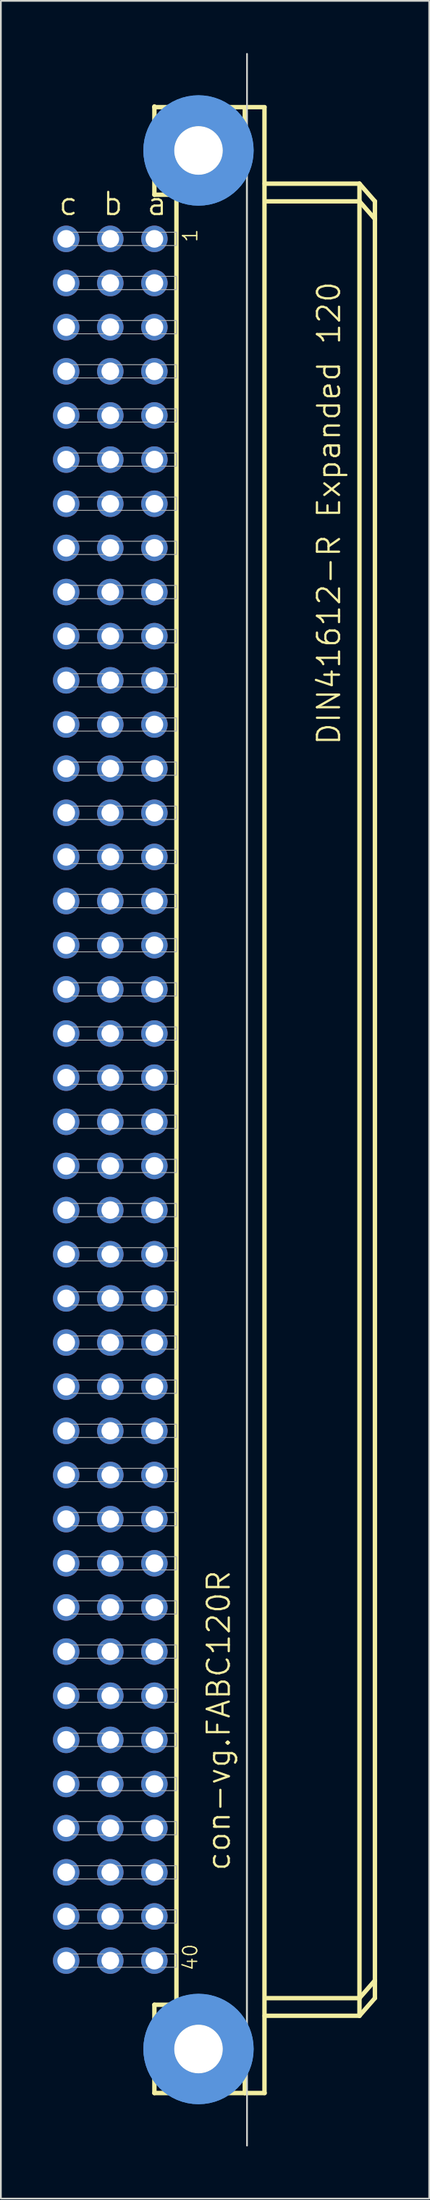
<source format=kicad_pcb>
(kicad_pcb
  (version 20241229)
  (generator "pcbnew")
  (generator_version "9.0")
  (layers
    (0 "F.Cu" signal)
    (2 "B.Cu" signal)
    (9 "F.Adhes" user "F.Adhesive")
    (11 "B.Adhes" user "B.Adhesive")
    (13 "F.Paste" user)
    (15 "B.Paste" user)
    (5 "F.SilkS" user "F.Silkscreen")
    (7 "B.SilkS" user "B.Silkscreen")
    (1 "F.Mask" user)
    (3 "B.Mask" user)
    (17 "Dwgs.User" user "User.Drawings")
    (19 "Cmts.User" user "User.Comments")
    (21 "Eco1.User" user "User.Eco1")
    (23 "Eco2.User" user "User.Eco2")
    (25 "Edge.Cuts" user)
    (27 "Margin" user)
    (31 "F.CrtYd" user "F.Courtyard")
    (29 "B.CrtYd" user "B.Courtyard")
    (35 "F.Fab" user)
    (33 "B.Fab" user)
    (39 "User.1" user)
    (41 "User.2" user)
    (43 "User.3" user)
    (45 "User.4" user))
  (footprint "con-vg.FABC120R"
    (layer "F.Cu")
    (at 8.382 60.223)
    (property "Reference" "con-vg.FABC120R" (at 1.905 44.45 90) (layer "F.SilkS") (effects (font (size 1.27 1.27) (thickness 0.13)) (justify left bottom)))
    (attr through_hole)
    (fp_line (start -2.54 -57.15) (end -2.54 -57.11) (stroke (width 0.254) (type default)) (layer "F.SilkS"))
    (fp_line (start -2.54 -57.11) (end -2.54 -52.07) (stroke (width 0.254) (type default)) (layer "F.SilkS"))
    (fp_line (start -2.54 -57.11) (end 3.81 -57.11) (stroke (width 0.254) (type default)) (layer "F.SilkS"))
    (fp_line (start -2.54 -52.07) (end -1.27 -52.07) (stroke (width 0.254) (type default)) (layer "F.SilkS"))
    (fp_line (start -2.54 52.07) (end -1.27 52.07) (stroke (width 0.254) (type default)) (layer "F.SilkS"))
    (fp_line (start -2.54 57.15) (end -2.54 52.07) (stroke (width 0.254) (type default)) (layer "F.SilkS"))
    (fp_line (start -2.54 57.15) (end 2.667 57.15) (stroke (width 0.254) (type default)) (layer "F.SilkS"))
    (fp_line (start -1.27 -52.07) (end -1.27 52.07) (stroke (width 0.254) (type default)) (layer "F.SilkS"))
    (fp_line (start -1.27 -52.07) (end 1.27 -52.07) (stroke (width 0.254) (type default)) (layer "F.SilkS"))
    (fp_line (start -1.27 52.07) (end 1.27 52.07) (stroke (width 0.254) (type default)) (layer "F.SilkS"))
    (fp_line (start 1.27 -52.07) (end 2.667 -53.34) (stroke (width 0.254) (type default)) (layer "F.SilkS"))
    (fp_line (start 1.27 52.07) (end 2.667 53.34) (stroke (width 0.254) (type default)) (layer "F.SilkS"))
    (fp_line (start 2.667 -53.34) (end 2.667 -57.023) (stroke (width 0.254) (type default)) (layer "F.SilkS"))
    (fp_line (start 2.667 53.34) (end 2.667 57.15) (stroke (width 0.254) (type default)) (layer "F.SilkS"))
    (fp_line (start 2.667 57.15) (end 3.81 57.15) (stroke (width 0.254) (type default)) (layer "F.SilkS"))
    (fp_line (start 2.76 -57.02) (end 2.76 57.147) (stroke (width 0.051) (type default)) (layer "F.SilkS"))
    (fp_line (start 3.8 57.147) (end 3.8 -57.02) (stroke (width 0.254) (type default)) (layer "F.SilkS"))
    (fp_line (start 3.81 -52.705) (end 9.271 -52.705) (stroke (width 0.254) (type default)) (layer "F.SilkS"))
    (fp_line (start 3.937 51.689) (end 9.271 51.689) (stroke (width 0.254) (type default)) (layer "F.SilkS"))
    (fp_line (start 9.271 -51.689) (end 3.937 -51.689) (stroke (width 0.254) (type default)) (layer "F.SilkS"))
    (fp_line (start 9.271 -51.689) (end 9.271 -52.705) (stroke (width 0.254) (type default)) (layer "F.SilkS"))
    (fp_line (start 9.271 51.689) (end 9.271 -51.689) (stroke (width 0.254) (type default)) (layer "F.SilkS"))
    (fp_line (start 9.271 51.689) (end 10.16 50.673) (stroke (width 0.254) (type default)) (layer "F.SilkS"))
    (fp_line (start 9.271 52.705) (end 3.81 52.705) (stroke (width 0.254) (type default)) (layer "F.SilkS"))
    (fp_line (start 9.271 52.705) (end 9.271 51.689) (stroke (width 0.254) (type default)) (layer "F.SilkS"))
    (fp_line (start 9.271 52.705) (end 10.16 51.689) (stroke (width 0.254) (type default)) (layer "F.SilkS"))
    (fp_line (start 10.16 -51.689) (end 9.271 -52.705) (stroke (width 0.254) (type default)) (layer "F.SilkS"))
    (fp_line (start 10.16 -50.673) (end 9.271 -51.689) (stroke (width 0.254) (type default)) (layer "F.SilkS"))
    (fp_line (start 10.16 -50.673) (end 10.16 -51.689) (stroke (width 0.254) (type default)) (layer "F.SilkS"))
    (fp_line (start 10.16 50.673) (end 10.16 -50.673) (stroke (width 0.254) (type default)) (layer "F.SilkS"))
    (fp_line (start 10.16 51.689) (end 10.16 50.673) (stroke (width 0.254) (type default)) (layer "F.SilkS"))
    (fp_circle (center 0 -54.616) (end 1.27 -54.616) (stroke (width 0.254) (type default)) (fill no) (layer "F.SilkS"))
    (fp_circle (center 0 54.616) (end 1.27 54.616) (stroke (width 0.254) (type default)) (fill no) (layer "F.SilkS"))
    (fp_circle (center 0 -54.616) (end 2.286 -54.616) (stroke (width 1.778) (type default)) (fill no) (layer "Cmts.User"))
    (fp_circle (center 0 -54.616) (end 2.286 -54.616) (stroke (width 1.778) (type default)) (fill no) (layer "Cmts.User"))
    (fp_circle (center 0 54.616) (end 2.286 54.616) (stroke (width 1.778) (type default)) (fill no) (layer "Cmts.User"))
    (fp_circle (center 0 54.616) (end 2.286 54.616) (stroke (width 1.778) (type default)) (fill no) (layer "Cmts.User"))
    (fp_line (start 2.794 60.173) (end 2.794 -60.173) (stroke (width 0.1) (type default)) (layer "Edge.Cuts"))
    (fp_rect (start -7.874 -49.149) (end -1.27 -49.911) (stroke (width 0.05) (type default)) (fill no) (layer "F.Fab"))
    (fp_rect (start -7.874 -46.609) (end -1.27 -47.371) (stroke (width 0.05) (type default)) (fill no) (layer "F.Fab"))
    (fp_rect (start -7.874 -44.069) (end -1.27 -44.831) (stroke (width 0.05) (type default)) (fill no) (layer "F.Fab"))
    (fp_rect (start -7.874 -41.529) (end -1.27 -42.291) (stroke (width 0.05) (type default)) (fill no) (layer "F.Fab"))
    (fp_rect (start -7.874 -38.989) (end -1.27 -39.751) (stroke (width 0.05) (type default)) (fill no) (layer "F.Fab"))
    (fp_rect (start -7.874 -36.449) (end -1.27 -37.211) (stroke (width 0.05) (type default)) (fill no) (layer "F.Fab"))
    (fp_rect (start -7.874 -33.909) (end -1.27 -34.671) (stroke (width 0.05) (type default)) (fill no) (layer "F.Fab"))
    (fp_rect (start -7.874 -31.369) (end -1.27 -32.131) (stroke (width 0.05) (type default)) (fill no) (layer "F.Fab"))
    (fp_rect (start -7.874 -28.829) (end -1.27 -29.591) (stroke (width 0.05) (type default)) (fill no) (layer "F.Fab"))
    (fp_rect (start -7.874 -26.289) (end -1.27 -27.051) (stroke (width 0.05) (type default)) (fill no) (layer "F.Fab"))
    (fp_rect (start -7.874 -23.749) (end -1.27 -24.511) (stroke (width 0.05) (type default)) (fill no) (layer "F.Fab"))
    (fp_rect (start -7.874 -21.209) (end -1.27 -21.971) (stroke (width 0.05) (type default)) (fill no) (layer "F.Fab"))
    (fp_rect (start -7.874 -18.669) (end -1.27 -19.431) (stroke (width 0.05) (type default)) (fill no) (layer "F.Fab"))
    (fp_rect (start -7.874 -16.129) (end -1.27 -16.891) (stroke (width 0.05) (type default)) (fill no) (layer "F.Fab"))
    (fp_rect (start -7.874 -13.589) (end -1.27 -14.351) (stroke (width 0.05) (type default)) (fill no) (layer "F.Fab"))
    (fp_rect (start -7.874 -11.049) (end -1.27 -11.811) (stroke (width 0.05) (type default)) (fill no) (layer "F.Fab"))
    (fp_rect (start -7.874 -8.509) (end -1.27 -9.271) (stroke (width 0.05) (type default)) (fill no) (layer "F.Fab"))
    (fp_rect (start -7.874 -5.969) (end -1.27 -6.731) (stroke (width 0.05) (type default)) (fill no) (layer "F.Fab"))
    (fp_rect (start -7.874 -3.429) (end -1.27 -4.191) (stroke (width 0.05) (type default)) (fill no) (layer "F.Fab"))
    (fp_rect (start -7.874 -0.889) (end -1.27 -1.651) (stroke (width 0.05) (type default)) (fill no) (layer "F.Fab"))
    (fp_rect (start -7.874 1.651) (end -1.27 0.889) (stroke (width 0.05) (type default)) (fill no) (layer "F.Fab"))
    (fp_rect (start -7.874 4.191) (end -1.27 3.429) (stroke (width 0.05) (type default)) (fill no) (layer "F.Fab"))
    (fp_rect (start -7.874 6.731) (end -1.27 5.969) (stroke (width 0.05) (type default)) (fill no) (layer "F.Fab"))
    (fp_rect (start -7.874 9.271) (end -1.27 8.509) (stroke (width 0.05) (type default)) (fill no) (layer "F.Fab"))
    (fp_rect (start -7.874 11.811) (end -1.27 11.049) (stroke (width 0.05) (type default)) (fill no) (layer "F.Fab"))
    (fp_rect (start -7.874 14.351) (end -1.27 13.589) (stroke (width 0.05) (type default)) (fill no) (layer "F.Fab"))
    (fp_rect (start -7.874 16.891) (end -1.27 16.129) (stroke (width 0.05) (type default)) (fill no) (layer "F.Fab"))
    (fp_rect (start -7.874 19.431) (end -1.27 18.669) (stroke (width 0.05) (type default)) (fill no) (layer "F.Fab"))
    (fp_rect (start -7.874 21.971) (end -1.27 21.209) (stroke (width 0.05) (type default)) (fill no) (layer "F.Fab"))
    (fp_rect (start -7.874 24.511) (end -1.27 23.749) (stroke (width 0.05) (type default)) (fill no) (layer "F.Fab"))
    (fp_rect (start -7.874 27.051) (end -1.27 26.289) (stroke (width 0.05) (type default)) (fill no) (layer "F.Fab"))
    (fp_rect (start -7.874 29.591) (end -1.27 28.829) (stroke (width 0.05) (type default)) (fill no) (layer "F.Fab"))
    (fp_rect (start -7.874 32.131) (end -1.27 31.369) (stroke (width 0.05) (type default)) (fill no) (layer "F.Fab"))
    (fp_rect (start -7.874 34.671) (end -1.27 33.909) (stroke (width 0.05) (type default)) (fill no) (layer "F.Fab"))
    (fp_rect (start -7.874 37.211) (end -1.27 36.449) (stroke (width 0.05) (type default)) (fill no) (layer "F.Fab"))
    (fp_rect (start -7.874 39.751) (end -1.27 38.989) (stroke (width 0.05) (type default)) (fill no) (layer "F.Fab"))
    (fp_rect (start -7.874 42.291) (end -1.27 41.529) (stroke (width 0.05) (type default)) (fill no) (layer "F.Fab"))
    (fp_rect (start -7.874 44.831) (end -1.27 44.069) (stroke (width 0.05) (type default)) (fill no) (layer "F.Fab"))
    (fp_rect (start -7.874 47.371) (end -1.27 46.609) (stroke (width 0.05) (type default)) (fill no) (layer "F.Fab"))
    (fp_rect (start -7.874 49.911) (end -1.27 49.149) (stroke (width 0.05) (type default)) (fill no) (layer "F.Fab"))
    (fp_text user "a" (at -3.048 -50.8 0) (layer "F.SilkS") (effects (font (size 1.27 1.27) (thickness 0.13)) (justify left bottom)))
    (fp_text user "b" (at -5.588 -50.8 0) (layer "F.SilkS") (effects (font (size 1.27 1.27) (thickness 0.13)) (justify left bottom)))
    (fp_text user "40" (at 0 50.165 90) (layer "F.SilkS") (effects (font (size 0.813 0.813) (thickness 0.08)) (justify left bottom)))
    (fp_text user "1" (at 0 -49.276 90) (layer "F.SilkS") (effects (font (size 0.813 0.813) (thickness 0.08)) (justify left bottom)))
    (fp_text user "DIN41612-R Expanded 120" (at 8.255 -20.32 90) (layer "F.SilkS") (effects (font (size 1.27 1.27) (thickness 0.13)) (justify left bottom)))
    (fp_text user "c" (at -8.128 -50.8 0) (layer "F.SilkS") (effects (font (size 1.27 1.27) (thickness 0.13)) (justify left bottom)))
    (pad "" np_thru_hole circle (at 0 -54.616) (size 2.794 2.794) (drill 2.794) (layers "*.Cu" "*.Mask"))
    (pad "" np_thru_hole circle (at 0 54.616) (size 2.794 2.794) (drill 2.794) (layers "*.Cu" "*.Mask"))
    (pad "A1" thru_hole circle (at -2.54 -49.53) (size 1.524 1.524) (drill 1.016) (layers "*.Cu" "*.Mask"))
    (pad "A2" thru_hole circle (at -2.54 -46.99) (size 1.524 1.524) (drill 1.016) (layers "*.Cu" "*.Mask"))
    (pad "A3" thru_hole circle (at -2.54 -44.45) (size 1.524 1.524) (drill 1.016) (layers "*.Cu" "*.Mask"))
    (pad "A4" thru_hole circle (at -2.54 -41.91) (size 1.524 1.524) (drill 1.016) (layers "*.Cu" "*.Mask"))
    (pad "A5" thru_hole circle (at -2.54 -39.37) (size 1.524 1.524) (drill 1.016) (layers "*.Cu" "*.Mask"))
    (pad "A6" thru_hole circle (at -2.54 -36.83) (size 1.524 1.524) (drill 1.016) (layers "*.Cu" "*.Mask"))
    (pad "A7" thru_hole circle (at -2.54 -34.29) (size 1.524 1.524) (drill 1.016) (layers "*.Cu" "*.Mask"))
    (pad "A8" thru_hole circle (at -2.54 -31.75) (size 1.524 1.524) (drill 1.016) (layers "*.Cu" "*.Mask"))
    (pad "A9" thru_hole circle (at -2.54 -29.21) (size 1.524 1.524) (drill 1.016) (layers "*.Cu" "*.Mask"))
    (pad "A10" thru_hole circle (at -2.54 -26.67) (size 1.524 1.524) (drill 1.016) (layers "*.Cu" "*.Mask"))
    (pad "A11" thru_hole circle (at -2.54 -24.13) (size 1.524 1.524) (drill 1.016) (layers "*.Cu" "*.Mask"))
    (pad "A12" thru_hole circle (at -2.54 -21.59) (size 1.524 1.524) (drill 1.016) (layers "*.Cu" "*.Mask"))
    (pad "A13" thru_hole circle (at -2.54 -19.05) (size 1.524 1.524) (drill 1.016) (layers "*.Cu" "*.Mask"))
    (pad "A14" thru_hole circle (at -2.54 -16.51) (size 1.524 1.524) (drill 1.016) (layers "*.Cu" "*.Mask"))
    (pad "A15" thru_hole circle (at -2.54 -13.97) (size 1.524 1.524) (drill 1.016) (layers "*.Cu" "*.Mask"))
    (pad "A16" thru_hole circle (at -2.54 -11.43) (size 1.524 1.524) (drill 1.016) (layers "*.Cu" "*.Mask"))
    (pad "A17" thru_hole circle (at -2.54 -8.89) (size 1.524 1.524) (drill 1.016) (layers "*.Cu" "*.Mask"))
    (pad "A18" thru_hole circle (at -2.54 -6.35) (size 1.524 1.524) (drill 1.016) (layers "*.Cu" "*.Mask"))
    (pad "A19" thru_hole circle (at -2.54 -3.81) (size 1.524 1.524) (drill 1.016) (layers "*.Cu" "*.Mask"))
    (pad "A20" thru_hole circle (at -2.54 -1.27) (size 1.524 1.524) (drill 1.016) (layers "*.Cu" "*.Mask"))
    (pad "A21" thru_hole circle (at -2.54 1.27) (size 1.524 1.524) (drill 1.016) (layers "*.Cu" "*.Mask"))
    (pad "A22" thru_hole circle (at -2.54 3.81) (size 1.524 1.524) (drill 1.016) (layers "*.Cu" "*.Mask"))
    (pad "A23" thru_hole circle (at -2.54 6.35) (size 1.524 1.524) (drill 1.016) (layers "*.Cu" "*.Mask"))
    (pad "A24" thru_hole circle (at -2.54 8.89) (size 1.524 1.524) (drill 1.016) (layers "*.Cu" "*.Mask"))
    (pad "A25" thru_hole circle (at -2.54 11.43) (size 1.524 1.524) (drill 1.016) (layers "*.Cu" "*.Mask"))
    (pad "A26" thru_hole circle (at -2.54 13.97) (size 1.524 1.524) (drill 1.016) (layers "*.Cu" "*.Mask"))
    (pad "A27" thru_hole circle (at -2.54 16.51) (size 1.524 1.524) (drill 1.016) (layers "*.Cu" "*.Mask"))
    (pad "A28" thru_hole circle (at -2.54 19.05) (size 1.524 1.524) (drill 1.016) (layers "*.Cu" "*.Mask"))
    (pad "A29" thru_hole circle (at -2.54 21.59) (size 1.524 1.524) (drill 1.016) (layers "*.Cu" "*.Mask"))
    (pad "A30" thru_hole circle (at -2.54 24.13) (size 1.524 1.524) (drill 1.016) (layers "*.Cu" "*.Mask"))
    (pad "A31" thru_hole circle (at -2.54 26.67) (size 1.524 1.524) (drill 1.016) (layers "*.Cu" "*.Mask"))
    (pad "A32" thru_hole circle (at -2.54 29.21) (size 1.524 1.524) (drill 1.016) (layers "*.Cu" "*.Mask"))
    (pad "A33" thru_hole circle (at -2.54 31.75) (size 1.524 1.524) (drill 1.016) (layers "*.Cu" "*.Mask"))
    (pad "A34" thru_hole circle (at -2.54 34.29) (size 1.524 1.524) (drill 1.016) (layers "*.Cu" "*.Mask"))
    (pad "A35" thru_hole circle (at -2.54 36.83) (size 1.524 1.524) (drill 1.016) (layers "*.Cu" "*.Mask"))
    (pad "A36" thru_hole circle (at -2.54 39.37) (size 1.524 1.524) (drill 1.016) (layers "*.Cu" "*.Mask"))
    (pad "A37" thru_hole circle (at -2.54 41.91) (size 1.524 1.524) (drill 1.016) (layers "*.Cu" "*.Mask"))
    (pad "A38" thru_hole circle (at -2.54 44.45) (size 1.524 1.524) (drill 1.016) (layers "*.Cu" "*.Mask"))
    (pad "A39" thru_hole circle (at -2.54 46.99) (size 1.524 1.524) (drill 1.016) (layers "*.Cu" "*.Mask"))
    (pad "A40" thru_hole circle (at -2.54 49.53) (size 1.524 1.524) (drill 1.016) (layers "*.Cu" "*.Mask"))
    (pad "B1" thru_hole circle (at -5.08 -49.53) (size 1.524 1.524) (drill 1.016) (layers "*.Cu" "*.Mask"))
    (pad "B2" thru_hole circle (at -5.08 -46.99) (size 1.524 1.524) (drill 1.016) (layers "*.Cu" "*.Mask"))
    (pad "B3" thru_hole circle (at -5.08 -44.45) (size 1.524 1.524) (drill 1.016) (layers "*.Cu" "*.Mask"))
    (pad "B4" thru_hole circle (at -5.08 -41.91) (size 1.524 1.524) (drill 1.016) (layers "*.Cu" "*.Mask"))
    (pad "B5" thru_hole circle (at -5.08 -39.37) (size 1.524 1.524) (drill 1.016) (layers "*.Cu" "*.Mask"))
    (pad "B6" thru_hole circle (at -5.08 -36.83) (size 1.524 1.524) (drill 1.016) (layers "*.Cu" "*.Mask"))
    (pad "B7" thru_hole circle (at -5.08 -34.29) (size 1.524 1.524) (drill 1.016) (layers "*.Cu" "*.Mask"))
    (pad "B8" thru_hole circle (at -5.08 -31.75) (size 1.524 1.524) (drill 1.016) (layers "*.Cu" "*.Mask"))
    (pad "B9" thru_hole circle (at -5.08 -29.21) (size 1.524 1.524) (drill 1.016) (layers "*.Cu" "*.Mask"))
    (pad "B10" thru_hole circle (at -5.08 -26.67) (size 1.524 1.524) (drill 1.016) (layers "*.Cu" "*.Mask"))
    (pad "B11" thru_hole circle (at -5.08 -24.13) (size 1.524 1.524) (drill 1.016) (layers "*.Cu" "*.Mask"))
    (pad "B12" thru_hole circle (at -5.08 -21.59) (size 1.524 1.524) (drill 1.016) (layers "*.Cu" "*.Mask"))
    (pad "B13" thru_hole circle (at -5.08 -19.05) (size 1.524 1.524) (drill 1.016) (layers "*.Cu" "*.Mask"))
    (pad "B14" thru_hole circle (at -5.08 -16.51) (size 1.524 1.524) (drill 1.016) (layers "*.Cu" "*.Mask"))
    (pad "B15" thru_hole circle (at -5.08 -13.97) (size 1.524 1.524) (drill 1.016) (layers "*.Cu" "*.Mask"))
    (pad "B16" thru_hole circle (at -5.08 -11.43) (size 1.524 1.524) (drill 1.016) (layers "*.Cu" "*.Mask"))
    (pad "B17" thru_hole circle (at -5.08 -8.89) (size 1.524 1.524) (drill 1.016) (layers "*.Cu" "*.Mask"))
    (pad "B18" thru_hole circle (at -5.08 -6.35) (size 1.524 1.524) (drill 1.016) (layers "*.Cu" "*.Mask"))
    (pad "B19" thru_hole circle (at -5.08 -3.81) (size 1.524 1.524) (drill 1.016) (layers "*.Cu" "*.Mask"))
    (pad "B20" thru_hole circle (at -5.08 -1.27) (size 1.524 1.524) (drill 1.016) (layers "*.Cu" "*.Mask"))
    (pad "B21" thru_hole circle (at -5.08 1.27) (size 1.524 1.524) (drill 1.016) (layers "*.Cu" "*.Mask"))
    (pad "B22" thru_hole circle (at -5.08 3.81) (size 1.524 1.524) (drill 1.016) (layers "*.Cu" "*.Mask"))
    (pad "B23" thru_hole circle (at -5.08 6.35) (size 1.524 1.524) (drill 1.016) (layers "*.Cu" "*.Mask"))
    (pad "B24" thru_hole circle (at -5.08 8.89) (size 1.524 1.524) (drill 1.016) (layers "*.Cu" "*.Mask"))
    (pad "B25" thru_hole circle (at -5.08 11.43) (size 1.524 1.524) (drill 1.016) (layers "*.Cu" "*.Mask"))
    (pad "B26" thru_hole circle (at -5.08 13.97) (size 1.524 1.524) (drill 1.016) (layers "*.Cu" "*.Mask"))
    (pad "B27" thru_hole circle (at -5.08 16.51) (size 1.524 1.524) (drill 1.016) (layers "*.Cu" "*.Mask"))
    (pad "B28" thru_hole circle (at -5.08 19.05) (size 1.524 1.524) (drill 1.016) (layers "*.Cu" "*.Mask"))
    (pad "B29" thru_hole circle (at -5.08 21.59) (size 1.524 1.524) (drill 1.016) (layers "*.Cu" "*.Mask"))
    (pad "B30" thru_hole circle (at -5.08 24.13) (size 1.524 1.524) (drill 1.016) (layers "*.Cu" "*.Mask"))
    (pad "B31" thru_hole circle (at -5.08 26.67) (size 1.524 1.524) (drill 1.016) (layers "*.Cu" "*.Mask"))
    (pad "B32" thru_hole circle (at -5.08 29.21) (size 1.524 1.524) (drill 1.016) (layers "*.Cu" "*.Mask"))
    (pad "B33" thru_hole circle (at -5.08 31.75) (size 1.524 1.524) (drill 1.016) (layers "*.Cu" "*.Mask"))
    (pad "B34" thru_hole circle (at -5.08 34.29) (size 1.524 1.524) (drill 1.016) (layers "*.Cu" "*.Mask"))
    (pad "B35" thru_hole circle (at -5.08 36.83) (size 1.524 1.524) (drill 1.016) (layers "*.Cu" "*.Mask"))
    (pad "B36" thru_hole circle (at -5.08 39.37) (size 1.524 1.524) (drill 1.016) (layers "*.Cu" "*.Mask"))
    (pad "B37" thru_hole circle (at -5.08 41.91) (size 1.524 1.524) (drill 1.016) (layers "*.Cu" "*.Mask"))
    (pad "B38" thru_hole circle (at -5.08 44.45) (size 1.524 1.524) (drill 1.016) (layers "*.Cu" "*.Mask"))
    (pad "B39" thru_hole circle (at -5.08 46.99) (size 1.524 1.524) (drill 1.016) (layers "*.Cu" "*.Mask"))
    (pad "B40" thru_hole circle (at -5.08 49.53) (size 1.524 1.524) (drill 1.016) (layers "*.Cu" "*.Mask"))
    (pad "C1" thru_hole circle (at -7.62 -49.53) (size 1.524 1.524) (drill 1.016) (layers "*.Cu" "*.Mask"))
    (pad "C2" thru_hole circle (at -7.62 -46.99) (size 1.524 1.524) (drill 1.016) (layers "*.Cu" "*.Mask"))
    (pad "C3" thru_hole circle (at -7.62 -44.45) (size 1.524 1.524) (drill 1.016) (layers "*.Cu" "*.Mask"))
    (pad "C4" thru_hole circle (at -7.62 -41.91) (size 1.524 1.524) (drill 1.016) (layers "*.Cu" "*.Mask"))
    (pad "C5" thru_hole circle (at -7.62 -39.37) (size 1.524 1.524) (drill 1.016) (layers "*.Cu" "*.Mask"))
    (pad "C6" thru_hole circle (at -7.62 -36.83) (size 1.524 1.524) (drill 1.016) (layers "*.Cu" "*.Mask"))
    (pad "C7" thru_hole circle (at -7.62 -34.29) (size 1.524 1.524) (drill 1.016) (layers "*.Cu" "*.Mask"))
    (pad "C8" thru_hole circle (at -7.62 -31.75) (size 1.524 1.524) (drill 1.016) (layers "*.Cu" "*.Mask"))
    (pad "C9" thru_hole circle (at -7.62 -29.21) (size 1.524 1.524) (drill 1.016) (layers "*.Cu" "*.Mask"))
    (pad "C10" thru_hole circle (at -7.62 -26.67) (size 1.524 1.524) (drill 1.016) (layers "*.Cu" "*.Mask"))
    (pad "C11" thru_hole circle (at -7.62 -24.13) (size 1.524 1.524) (drill 1.016) (layers "*.Cu" "*.Mask"))
    (pad "C12" thru_hole circle (at -7.62 -21.59) (size 1.524 1.524) (drill 1.016) (layers "*.Cu" "*.Mask"))
    (pad "C13" thru_hole circle (at -7.62 -19.05) (size 1.524 1.524) (drill 1.016) (layers "*.Cu" "*.Mask"))
    (pad "C14" thru_hole circle (at -7.62 -16.51) (size 1.524 1.524) (drill 1.016) (layers "*.Cu" "*.Mask"))
    (pad "C15" thru_hole circle (at -7.62 -13.97) (size 1.524 1.524) (drill 1.016) (layers "*.Cu" "*.Mask"))
    (pad "C16" thru_hole circle (at -7.62 -11.43) (size 1.524 1.524) (drill 1.016) (layers "*.Cu" "*.Mask"))
    (pad "C17" thru_hole circle (at -7.62 -8.89) (size 1.524 1.524) (drill 1.016) (layers "*.Cu" "*.Mask"))
    (pad "C18" thru_hole circle (at -7.62 -6.35) (size 1.524 1.524) (drill 1.016) (layers "*.Cu" "*.Mask"))
    (pad "C19" thru_hole circle (at -7.62 -3.81) (size 1.524 1.524) (drill 1.016) (layers "*.Cu" "*.Mask"))
    (pad "C20" thru_hole circle (at -7.62 -1.27) (size 1.524 1.524) (drill 1.016) (layers "*.Cu" "*.Mask"))
    (pad "C21" thru_hole circle (at -7.62 1.27) (size 1.524 1.524) (drill 1.016) (layers "*.Cu" "*.Mask"))
    (pad "C22" thru_hole circle (at -7.62 3.81) (size 1.524 1.524) (drill 1.016) (layers "*.Cu" "*.Mask"))
    (pad "C23" thru_hole circle (at -7.62 6.35) (size 1.524 1.524) (drill 1.016) (layers "*.Cu" "*.Mask"))
    (pad "C24" thru_hole circle (at -7.62 8.89) (size 1.524 1.524) (drill 1.016) (layers "*.Cu" "*.Mask"))
    (pad "C25" thru_hole circle (at -7.62 11.43) (size 1.524 1.524) (drill 1.016) (layers "*.Cu" "*.Mask"))
    (pad "C26" thru_hole circle (at -7.62 13.97) (size 1.524 1.524) (drill 1.016) (layers "*.Cu" "*.Mask"))
    (pad "C27" thru_hole circle (at -7.62 16.51) (size 1.524 1.524) (drill 1.016) (layers "*.Cu" "*.Mask"))
    (pad "C28" thru_hole circle (at -7.62 19.05) (size 1.524 1.524) (drill 1.016) (layers "*.Cu" "*.Mask"))
    (pad "C29" thru_hole circle (at -7.62 21.59) (size 1.524 1.524) (drill 1.016) (layers "*.Cu" "*.Mask"))
    (pad "C30" thru_hole circle (at -7.62 24.13) (size 1.524 1.524) (drill 1.016) (layers "*.Cu" "*.Mask"))
    (pad "C31" thru_hole circle (at -7.62 26.67) (size 1.524 1.524) (drill 1.016) (layers "*.Cu" "*.Mask"))
    (pad "C32" thru_hole circle (at -7.62 29.21) (size 1.524 1.524) (drill 1.016) (layers "*.Cu" "*.Mask"))
    (pad "C33" thru_hole circle (at -7.62 31.75) (size 1.524 1.524) (drill 1.016) (layers "*.Cu" "*.Mask"))
    (pad "C34" thru_hole circle (at -7.62 34.29) (size 1.524 1.524) (drill 1.016) (layers "*.Cu" "*.Mask"))
    (pad "C35" thru_hole circle (at -7.62 36.83) (size 1.524 1.524) (drill 1.016) (layers "*.Cu" "*.Mask"))
    (pad "C36" thru_hole circle (at -7.62 39.37) (size 1.524 1.524) (drill 1.016) (layers "*.Cu" "*.Mask"))
    (pad "C37" thru_hole circle (at -7.62 41.91) (size 1.524 1.524) (drill 1.016) (layers "*.Cu" "*.Mask"))
    (pad "C38" thru_hole circle (at -7.62 44.45) (size 1.524 1.524) (drill 1.016) (layers "*.Cu" "*.Mask"))
    (pad "C39" thru_hole circle (at -7.62 46.99) (size 1.524 1.524) (drill 1.016) (layers "*.Cu" "*.Mask"))
    (pad "C40" thru_hole circle (at -7.62 49.53) (size 1.524 1.524) (drill 1.016) (layers "*.Cu" "*.Mask")))
  (gr_rect
    (start -3 -3)
    (end 21.669 123.445)
    (stroke (width 0.1) (type default))
    (fill no)
    (layer "Edge.Cuts")))
</source>
